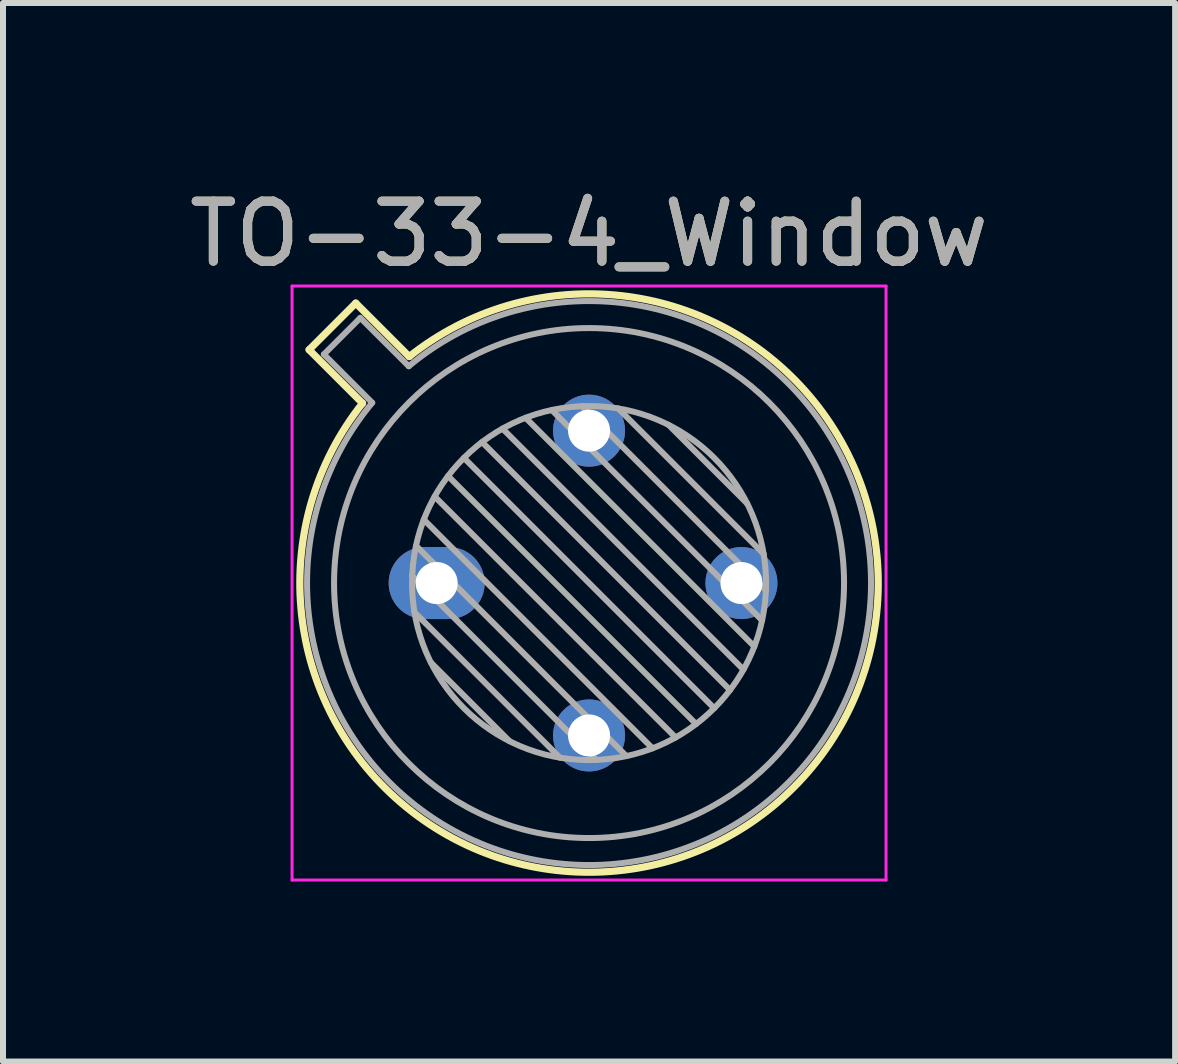
<source format=kicad_pcb>
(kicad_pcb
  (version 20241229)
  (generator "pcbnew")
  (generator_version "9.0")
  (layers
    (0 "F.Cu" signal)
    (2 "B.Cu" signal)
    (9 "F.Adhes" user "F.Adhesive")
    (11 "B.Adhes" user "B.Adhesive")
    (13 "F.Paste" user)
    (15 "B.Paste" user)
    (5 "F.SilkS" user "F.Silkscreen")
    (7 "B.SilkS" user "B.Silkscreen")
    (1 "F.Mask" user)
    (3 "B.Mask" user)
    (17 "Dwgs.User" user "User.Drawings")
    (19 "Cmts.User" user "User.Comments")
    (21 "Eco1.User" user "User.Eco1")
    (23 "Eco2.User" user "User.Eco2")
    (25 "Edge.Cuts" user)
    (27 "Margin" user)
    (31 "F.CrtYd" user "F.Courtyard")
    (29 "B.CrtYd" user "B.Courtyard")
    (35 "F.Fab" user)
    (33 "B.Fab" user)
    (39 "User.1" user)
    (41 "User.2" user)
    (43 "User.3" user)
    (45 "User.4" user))
  (footprint "TO-33-4_Window"
    (layer "F.Cu")
    (at 4.228 6.668)
    (property "Reference" "TO-33-4_Window" (at 2.54 -5.82 0) (layer "F.SilkS") (effects (font (size 1 1) (thickness 0.15))))
    (attr through_hole)
    (fp_line (start -2.126 -3.888) (end -1.235 -2.997) (stroke (width 0.12) (type solid)) (layer "F.SilkS"))
    (fp_line (start -1.348 -4.666) (end -2.126 -3.888) (stroke (width 0.12) (type solid)) (layer "F.SilkS"))
    (fp_line (start -0.457 -3.775) (end -1.348 -4.666) (stroke (width 0.12) (type solid)) (layer "F.SilkS"))
    (fp_arc (start -0.457084 -3.774902) (mid 5.948125 3.408384) (end -1.234674 -2.997371) (stroke (width 0.12) (type solid)) (layer "F.SilkS"))
    (fp_line (start -2.41 -4.95) (end -2.41 4.95) (stroke (width 0.05) (type solid)) (layer "F.CrtYd"))
    (fp_line (start -2.41 4.95) (end 7.49 4.95) (stroke (width 0.05) (type solid)) (layer "F.CrtYd"))
    (fp_line (start 7.49 -4.95) (end -2.41 -4.95) (stroke (width 0.05) (type solid)) (layer "F.CrtYd"))
    (fp_line (start 7.49 4.95) (end 7.49 -4.95) (stroke (width 0.05) (type solid)) (layer "F.CrtYd"))
    (fp_line (start -1.88 -3.812) (end -1.074 -3.005) (stroke (width 0.1) (type solid)) (layer "F.Fab"))
    (fp_line (start -1.272 -4.42) (end -1.88 -3.812) (stroke (width 0.1) (type solid)) (layer "F.Fab"))
    (fp_line (start -0.465 -3.614) (end -1.272 -4.42) (stroke (width 0.1) (type solid)) (layer "F.Fab"))
    (fp_line (start -0.408 -0.12) (end 2.66 2.948) (stroke (width 0.1) (type solid)) (layer "F.Fab"))
    (fp_line (start -0.371 0.485) (end 2.055 2.911) (stroke (width 0.1) (type solid)) (layer "F.Fab"))
    (fp_line (start -0.344 -0.622) (end 3.162 2.884) (stroke (width 0.1) (type solid)) (layer "F.Fab"))
    (fp_line (start -0.215 -1.058) (end 3.598 2.755) (stroke (width 0.1) (type solid)) (layer "F.Fab"))
    (fp_line (start -0.097 1.324) (end 1.216 2.637) (stroke (width 0.1) (type solid)) (layer "F.Fab"))
    (fp_line (start -0.034 -1.443) (end 3.983 2.574) (stroke (width 0.1) (type solid)) (layer "F.Fab"))
    (fp_line (start 0.19 -1.784) (end 4.324 2.35) (stroke (width 0.1) (type solid)) (layer "F.Fab"))
    (fp_line (start 0.454 -2.086) (end 4.626 2.086) (stroke (width 0.1) (type solid)) (layer "F.Fab"))
    (fp_line (start 0.756 -2.35) (end 4.89 1.784) (stroke (width 0.1) (type solid)) (layer "F.Fab"))
    (fp_line (start 1.097 -2.574) (end 5.114 1.443) (stroke (width 0.1) (type solid)) (layer "F.Fab"))
    (fp_line (start 1.482 -2.755) (end 5.295 1.058) (stroke (width 0.1) (type solid)) (layer "F.Fab"))
    (fp_line (start 1.918 -2.884) (end 5.424 0.622) (stroke (width 0.1) (type solid)) (layer "F.Fab"))
    (fp_line (start 2.42 -2.948) (end 5.488 0.12) (stroke (width 0.1) (type solid)) (layer "F.Fab"))
    (fp_line (start 3.025 -2.911) (end 5.451 -0.485) (stroke (width 0.1) (type solid)) (layer "F.Fab"))
    (fp_line (start 3.864 -2.637) (end 5.177 -1.324) (stroke (width 0.1) (type solid)) (layer "F.Fab"))
    (fp_arc (start -0.465408 -3.61352) (mid 5.863443 3.323361) (end -1.073594 -3.005319) (stroke (width 0.1) (type solid)) (layer "F.Fab"))
    (fp_circle (center 2.54 0) (end 5.49 0) (stroke (width 0.1) (type solid)) (fill no) (layer "F.Fab"))
    (fp_circle (center 2.54 0) (end 6.79 0) (stroke (width 0.1) (type solid)) (fill no) (layer "F.Fab"))
    (fp_text user "${REFERENCE}" (at 2.54 -5.82 0) (layer "F.Fab") (effects (font (size 1 1) (thickness 0.15))))
    (pad "1" thru_hole oval (at 0 0) (size 1.6 1.2) (drill 0.7) (layers "*.Cu" "*.Mask"))
    (pad "2" thru_hole oval (at 2.54 2.54) (size 1.2 1.2) (drill 0.7) (layers "*.Cu" "*.Mask"))
    (pad "3" thru_hole oval (at 5.08 0) (size 1.2 1.2) (drill 0.7) (layers "*.Cu" "*.Mask"))
    (pad "4" thru_hole oval (at 2.54 -2.54) (size 1.2 1.2) (drill 0.7) (layers "*.Cu" "*.Mask")))
  (gr_rect
    (start -3 -3)
    (end 16.536 14.643)
    (stroke (width 0.1) (type default))
    (fill no)
    (layer "Edge.Cuts")))
</source>
